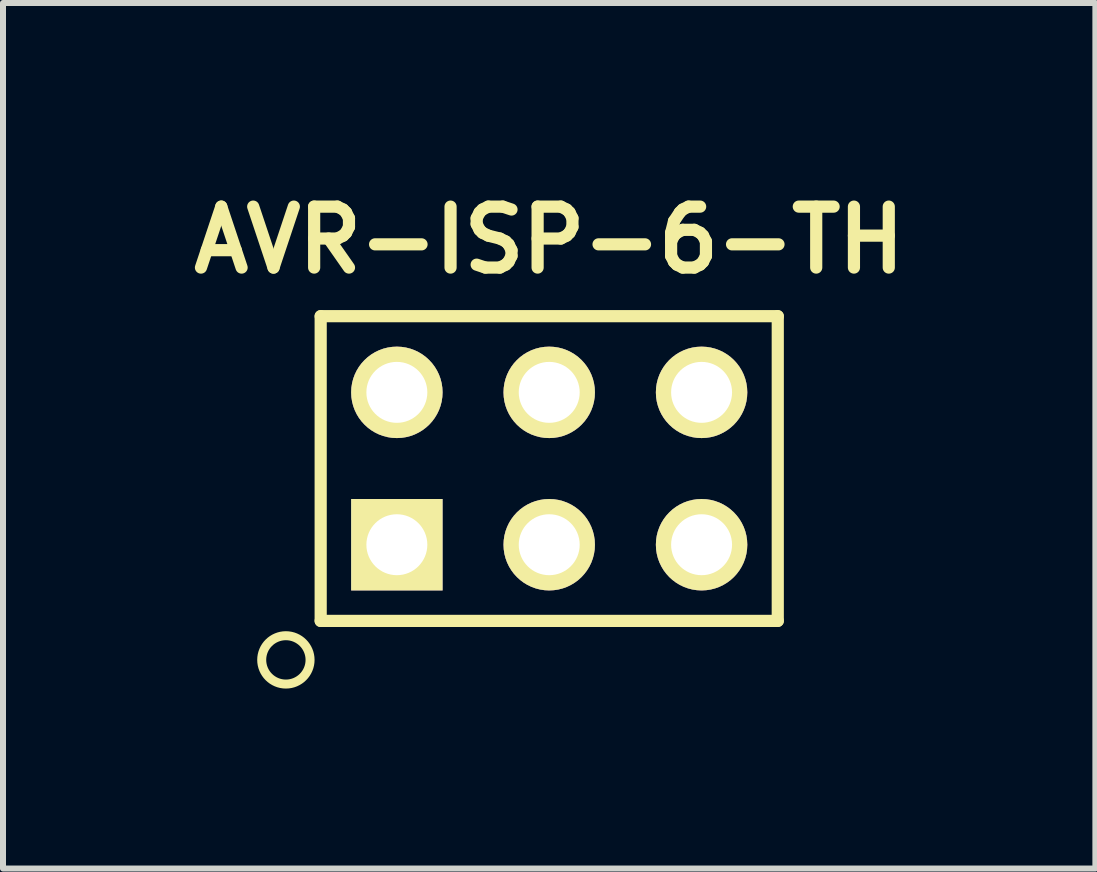
<source format=kicad_pcb>
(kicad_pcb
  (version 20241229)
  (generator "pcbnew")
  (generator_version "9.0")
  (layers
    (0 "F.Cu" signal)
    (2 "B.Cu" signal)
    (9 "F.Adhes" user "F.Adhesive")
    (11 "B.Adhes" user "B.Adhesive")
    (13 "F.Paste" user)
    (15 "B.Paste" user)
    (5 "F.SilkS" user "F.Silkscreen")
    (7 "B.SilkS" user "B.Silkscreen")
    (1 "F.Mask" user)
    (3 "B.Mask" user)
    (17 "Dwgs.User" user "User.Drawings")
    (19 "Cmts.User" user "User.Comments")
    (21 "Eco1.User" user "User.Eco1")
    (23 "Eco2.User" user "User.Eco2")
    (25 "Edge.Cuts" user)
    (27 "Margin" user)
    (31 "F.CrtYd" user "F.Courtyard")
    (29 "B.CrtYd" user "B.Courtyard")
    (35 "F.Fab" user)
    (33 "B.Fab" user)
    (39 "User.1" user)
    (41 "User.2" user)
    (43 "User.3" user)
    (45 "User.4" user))
  (footprint "AVR-ISP-6-TH"
    (layer "F.Cu")
    (at 6.106 4.761)
    (property "Reference" "AVR-ISP-6-TH" (at 0 -3.81 0) (layer "F.SilkS") (effects (font (size 1.016 1.016) (thickness 0.203))))
    (attr through_hole)
    (fp_line (start -3.81 -2.54) (end 3.81 -2.54) (stroke (width 0.203) (type solid)) (layer "F.SilkS"))
    (fp_line (start -3.81 2.54) (end -3.81 -2.54) (stroke (width 0.203) (type solid)) (layer "F.SilkS"))
    (fp_line (start 3.81 -2.54) (end 3.81 2.54) (stroke (width 0.203) (type solid)) (layer "F.SilkS"))
    (fp_line (start 3.81 2.54) (end -3.81 2.54) (stroke (width 0.203) (type solid)) (layer "F.SilkS"))
    (fp_circle (center -4.39 3.19) (end -4.11 3.48) (stroke (width 0.15) (type solid)) (fill no) (layer "F.SilkS"))
    (pad "1" thru_hole rect (at -2.54 1.27) (size 1.524 1.524) (drill 1.016) (layers "*.Cu" "*.Mask" "F.SilkS"))
    (pad "2" thru_hole circle (at -2.54 -1.27) (size 1.524 1.524) (drill 1.016) (layers "*.Cu" "*.Mask" "F.SilkS"))
    (pad "3" thru_hole circle (at 0 1.27) (size 1.524 1.524) (drill 1.016) (layers "*.Cu" "*.Mask" "F.SilkS"))
    (pad "4" thru_hole circle (at 0 -1.27) (size 1.524 1.524) (drill 1.016) (layers "*.Cu" "*.Mask" "F.SilkS"))
    (pad "5" thru_hole circle (at 2.54 1.27) (size 1.524 1.524) (drill 1.016) (layers "*.Cu" "*.Mask" "F.SilkS"))
    (pad "6" thru_hole circle (at 2.54 -1.27) (size 1.524 1.524) (drill 1.016) (layers "*.Cu" "*.Mask" "F.SilkS")))
  (gr_rect
    (start -3 -3)
    (end 15.211 11.429)
    (stroke (width 0.1) (type default))
    (fill no)
    (layer "Edge.Cuts")))
</source>
